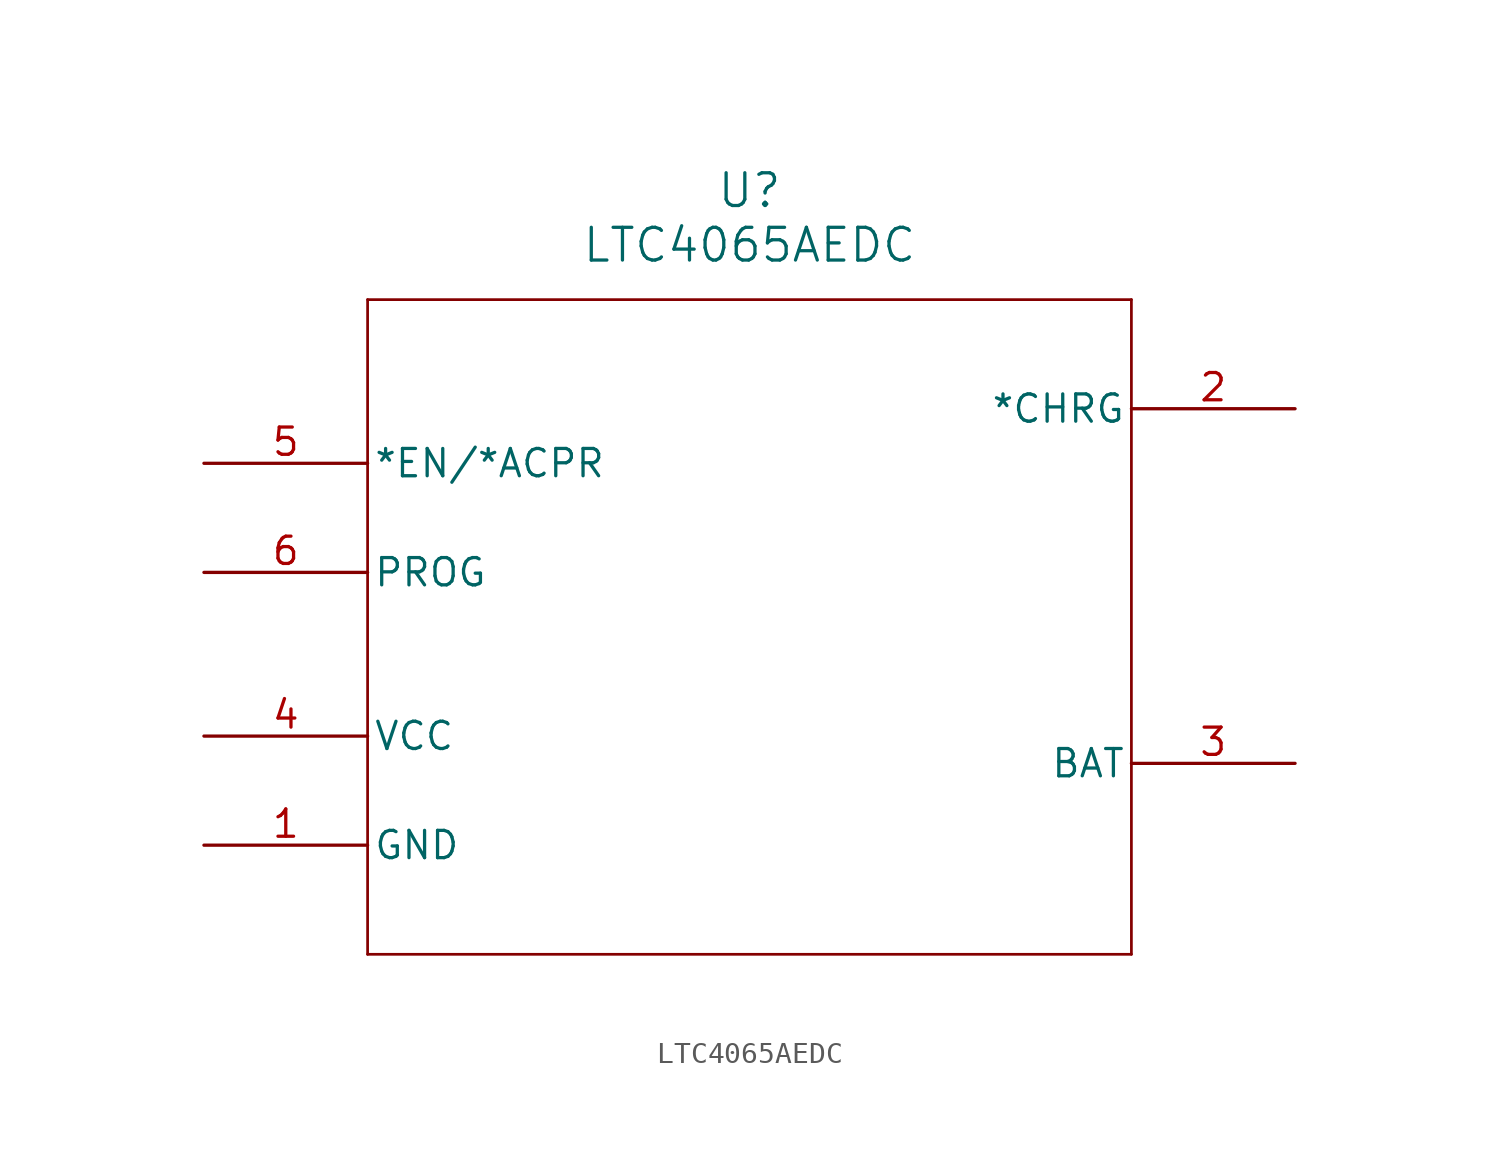
<source format=kicad_sym>
(kicad_symbol_lib
  (version 20231120)
  (generator "kicad_symbol_editor")
  (generator_version "8.0")
  (symbol "LTC4065AEDC"
    (pin_names
      (offset 0.254))
    (property "Reference" "U"
      (at 25.4 12.7 0)
      (effects (font (size 1.524 1.524))))
    (property "Value" "LTC4065AEDC"
      (at 25.4 10.16 0)
      (effects (font (size 1.524 1.524))))
    (property "ki_locked" ""
      (at 0 0 0)
      (effects (font (size 1.27 1.27))))
    (symbol "LTC4065AEDC_0_1"
      (polyline (pts (xy 7.62 -22.86) (xy 43.18 -22.86)) (stroke (width 0.127) (type default)) (fill (type none)))
      (polyline (pts (xy 7.62 7.62) (xy 7.62 -22.86)) (stroke (width 0.127) (type default)) (fill (type none)))
      (polyline (pts (xy 43.18 -22.86) (xy 43.18 7.62)) (stroke (width 0.127) (type default)) (fill (type none)))
      (polyline (pts (xy 43.18 7.62) (xy 7.62 7.62)) (stroke (width 0.127) (type default)) (fill (type none)))
      (pin power_in line (at 0 -17.78 0) (length 7.62) (name "GND" (effects (font (size 1.27 1.27)))) (number "1" (effects (font (size 1.27 1.27)))))
      (pin output line (at 50.8 2.54 180) (length 7.62) (name "*CHRG" (effects (font (size 1.27 1.27)))) (number "2" (effects (font (size 1.27 1.27)))))
      (pin power_in line (at 0 -12.7 0) (length 7.62) (name "VCC" (effects (font (size 1.27 1.27)))) (number "4" (effects (font (size 1.27 1.27)))))
      (pin bidirectional line (at 0 0 0) (length 7.62) (name "*EN/*ACPR" (effects (font (size 1.27 1.27)))) (number "5" (effects (font (size 1.27 1.27)))))
      (pin unspecified line (at 0 -5.08 0) (length 7.62) (name "PROG" (effects (font (size 1.27 1.27)))) (number "6" (effects (font (size 1.27 1.27))))))
    (symbol "LTC4065AEDC_1_1"
      (pin power_out line (at 50.8 -13.97 180) (length 7.62) (name "BAT" (effects (font (size 1.27 1.27)))) (number "3" (effects (font (size 1.27 1.27))))))))
</source>
